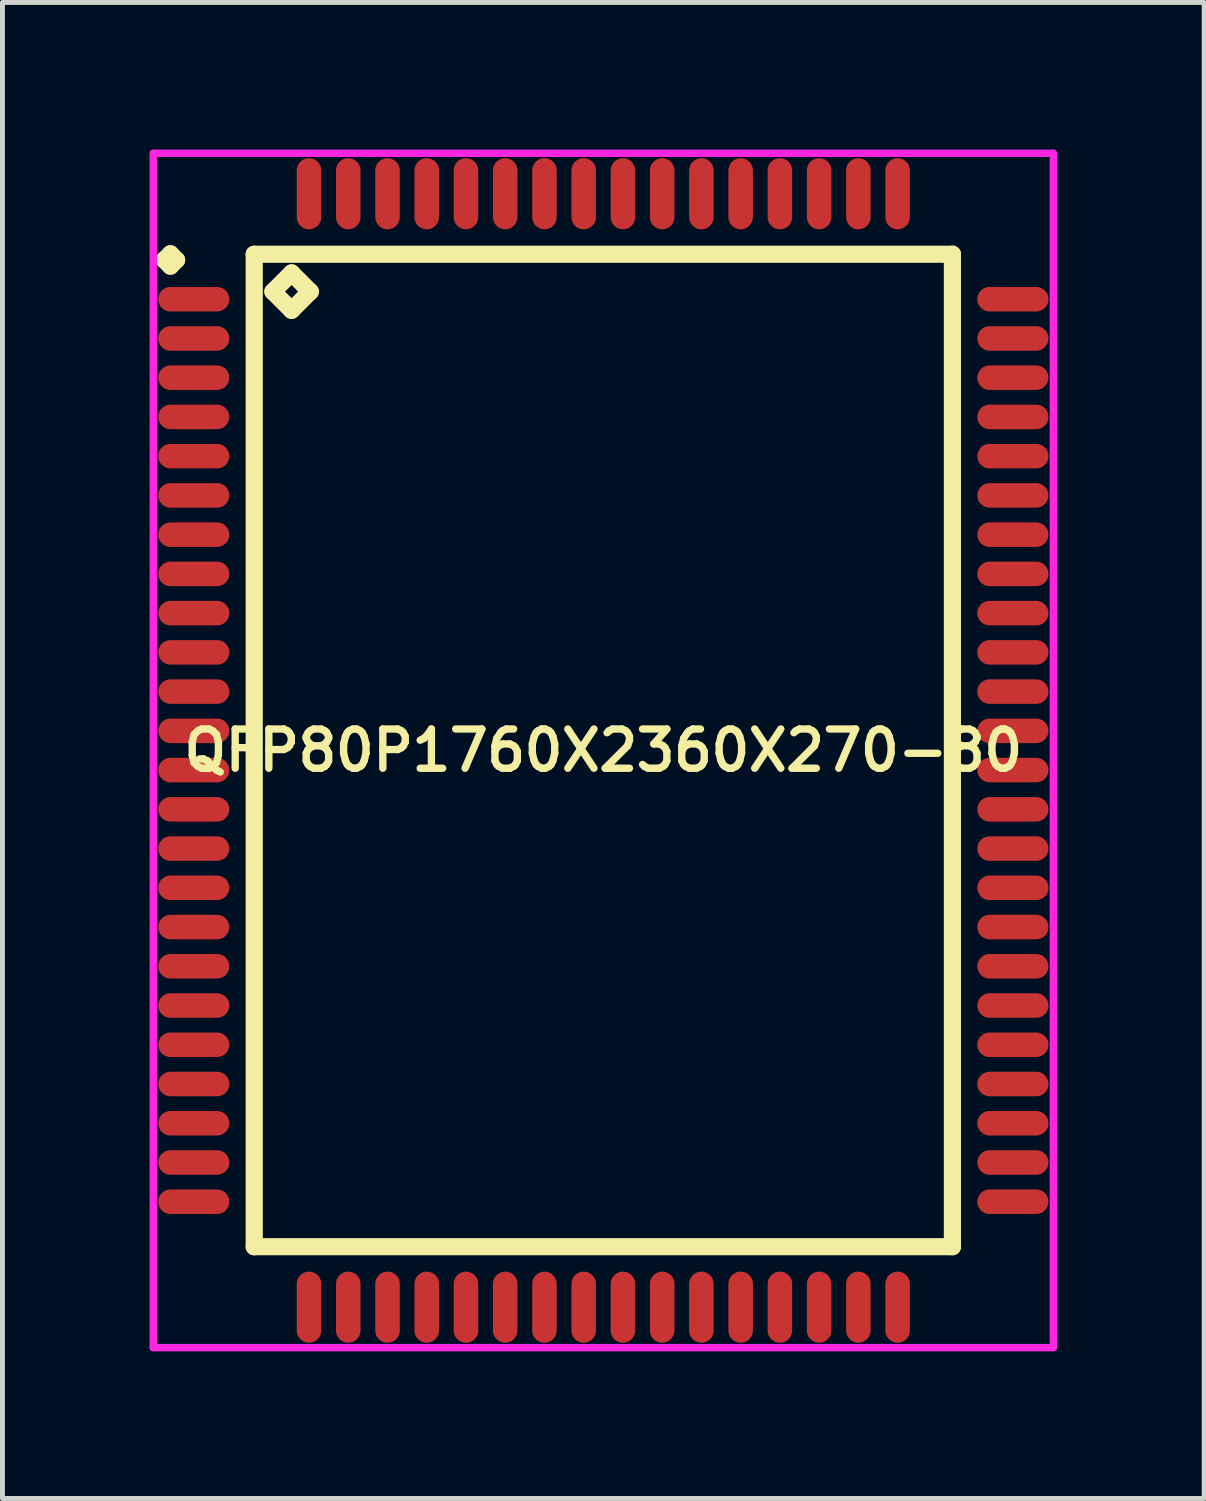
<source format=kicad_pcb>
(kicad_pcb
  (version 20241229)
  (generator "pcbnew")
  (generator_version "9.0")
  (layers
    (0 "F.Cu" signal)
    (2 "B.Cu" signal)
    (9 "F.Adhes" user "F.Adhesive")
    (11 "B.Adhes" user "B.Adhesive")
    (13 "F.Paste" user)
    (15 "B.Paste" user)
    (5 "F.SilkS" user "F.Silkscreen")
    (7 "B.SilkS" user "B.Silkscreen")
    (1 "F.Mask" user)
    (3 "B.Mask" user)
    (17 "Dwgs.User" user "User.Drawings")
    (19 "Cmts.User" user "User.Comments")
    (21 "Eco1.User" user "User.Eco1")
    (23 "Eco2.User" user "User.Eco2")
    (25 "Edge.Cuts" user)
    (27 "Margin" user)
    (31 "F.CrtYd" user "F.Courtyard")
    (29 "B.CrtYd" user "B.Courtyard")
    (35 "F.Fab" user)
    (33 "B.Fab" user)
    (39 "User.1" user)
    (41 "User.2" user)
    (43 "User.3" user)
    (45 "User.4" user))
  (footprint "QFP80P1760X2360X270-80"
    (layer "F.Cu")
    (at 9.25 12.25)
    (property "Reference" "QFP80P1760X2360X270-80" (at 0 0 0) (layer "F.SilkS") (effects (font (size 0.8 0.8) (thickness 0.15))))
    (attr smd)
    (fp_line (start -8.95 -10) (end -8.825 -10.125) (stroke (width 0.35) (type solid)) (layer "F.SilkS"))
    (fp_line (start -8.825 -10.125) (end -8.7 -10) (stroke (width 0.35) (type solid)) (layer "F.SilkS"))
    (fp_line (start -8.825 -9.875) (end -8.95 -10) (stroke (width 0.35) (type solid)) (layer "F.SilkS"))
    (fp_line (start -8.7 -10) (end -8.825 -9.875) (stroke (width 0.35) (type solid)) (layer "F.SilkS"))
    (fp_line (start -7.117 -10.117) (end -7.117 10.117) (stroke (width 0.35) (type solid)) (layer "F.SilkS"))
    (fp_line (start -7.117 10.117) (end 7.117 10.117) (stroke (width 0.35) (type solid)) (layer "F.SilkS"))
    (fp_line (start -6.736 -9.355) (end -6.355 -9.736) (stroke (width 0.35) (type solid)) (layer "F.SilkS"))
    (fp_line (start -6.355 -9.736) (end -5.974 -9.355) (stroke (width 0.35) (type solid)) (layer "F.SilkS"))
    (fp_line (start -6.355 -8.974) (end -6.736 -9.355) (stroke (width 0.35) (type solid)) (layer "F.SilkS"))
    (fp_line (start -5.974 -9.355) (end -6.355 -8.974) (stroke (width 0.35) (type solid)) (layer "F.SilkS"))
    (fp_line (start 7.117 -10.117) (end -7.117 -10.117) (stroke (width 0.35) (type solid)) (layer "F.SilkS"))
    (fp_line (start 7.117 10.117) (end 7.117 -10.117) (stroke (width 0.35) (type solid)) (layer "F.SilkS"))
    (fp_line (start -9.175 -12.175) (end 9.175 -12.175) (stroke (width 0.15) (type solid)) (layer "F.CrtYd"))
    (fp_line (start -9.175 12.175) (end -9.175 -12.175) (stroke (width 0.15) (type solid)) (layer "F.CrtYd"))
    (fp_line (start 9.175 -12.175) (end 9.175 12.175) (stroke (width 0.15) (type solid)) (layer "F.CrtYd"))
    (fp_line (start 9.175 12.175) (end -9.175 12.175) (stroke (width 0.15) (type solid)) (layer "F.CrtYd"))
    (pad "1" smd oval (at -8.35 -9.2) (size 1.45 0.5) (layers "F.Cu" "F.Mask" "F.Paste"))
    (pad "2" smd oval (at -8.35 -8.4) (size 1.45 0.5) (layers "F.Cu" "F.Mask" "F.Paste"))
    (pad "3" smd oval (at -8.35 -7.6) (size 1.45 0.5) (layers "F.Cu" "F.Mask" "F.Paste"))
    (pad "4" smd oval (at -8.35 -6.8) (size 1.45 0.5) (layers "F.Cu" "F.Mask" "F.Paste"))
    (pad "5" smd oval (at -8.35 -6) (size 1.45 0.5) (layers "F.Cu" "F.Mask" "F.Paste"))
    (pad "6" smd oval (at -8.35 -5.2) (size 1.45 0.5) (layers "F.Cu" "F.Mask" "F.Paste"))
    (pad "7" smd oval (at -8.35 -4.4) (size 1.45 0.5) (layers "F.Cu" "F.Mask" "F.Paste"))
    (pad "8" smd oval (at -8.35 -3.6) (size 1.45 0.5) (layers "F.Cu" "F.Mask" "F.Paste"))
    (pad "9" smd oval (at -8.35 -2.8) (size 1.45 0.5) (layers "F.Cu" "F.Mask" "F.Paste"))
    (pad "10" smd oval (at -8.35 -2) (size 1.45 0.5) (layers "F.Cu" "F.Mask" "F.Paste"))
    (pad "11" smd oval (at -8.35 -1.2) (size 1.45 0.5) (layers "F.Cu" "F.Mask" "F.Paste"))
    (pad "12" smd oval (at -8.35 -0.4) (size 1.45 0.5) (layers "F.Cu" "F.Mask" "F.Paste"))
    (pad "13" smd oval (at -8.35 0.4) (size 1.45 0.5) (layers "F.Cu" "F.Mask" "F.Paste"))
    (pad "14" smd oval (at -8.35 1.2) (size 1.45 0.5) (layers "F.Cu" "F.Mask" "F.Paste"))
    (pad "15" smd oval (at -8.35 2) (size 1.45 0.5) (layers "F.Cu" "F.Mask" "F.Paste"))
    (pad "16" smd oval (at -8.35 2.8) (size 1.45 0.5) (layers "F.Cu" "F.Mask" "F.Paste"))
    (pad "17" smd oval (at -8.35 3.6) (size 1.45 0.5) (layers "F.Cu" "F.Mask" "F.Paste"))
    (pad "18" smd oval (at -8.35 4.4) (size 1.45 0.5) (layers "F.Cu" "F.Mask" "F.Paste"))
    (pad "19" smd oval (at -8.35 5.2) (size 1.45 0.5) (layers "F.Cu" "F.Mask" "F.Paste"))
    (pad "20" smd oval (at -8.35 6) (size 1.45 0.5) (layers "F.Cu" "F.Mask" "F.Paste"))
    (pad "21" smd oval (at -8.35 6.8) (size 1.45 0.5) (layers "F.Cu" "F.Mask" "F.Paste"))
    (pad "22" smd oval (at -8.35 7.6) (size 1.45 0.5) (layers "F.Cu" "F.Mask" "F.Paste"))
    (pad "23" smd oval (at -8.35 8.4) (size 1.45 0.5) (layers "F.Cu" "F.Mask" "F.Paste"))
    (pad "24" smd oval (at -8.35 9.2) (size 1.45 0.5) (layers "F.Cu" "F.Mask" "F.Paste"))
    (pad "25" smd oval (at -6 11.35) (size 0.5 1.45) (layers "F.Cu" "F.Mask" "F.Paste"))
    (pad "26" smd oval (at -5.2 11.35) (size 0.5 1.45) (layers "F.Cu" "F.Mask" "F.Paste"))
    (pad "27" smd oval (at -4.4 11.35) (size 0.5 1.45) (layers "F.Cu" "F.Mask" "F.Paste"))
    (pad "28" smd oval (at -3.6 11.35) (size 0.5 1.45) (layers "F.Cu" "F.Mask" "F.Paste"))
    (pad "29" smd oval (at -2.8 11.35) (size 0.5 1.45) (layers "F.Cu" "F.Mask" "F.Paste"))
    (pad "30" smd oval (at -2 11.35) (size 0.5 1.45) (layers "F.Cu" "F.Mask" "F.Paste"))
    (pad "31" smd oval (at -1.2 11.35) (size 0.5 1.45) (layers "F.Cu" "F.Mask" "F.Paste"))
    (pad "32" smd oval (at -0.4 11.35) (size 0.5 1.45) (layers "F.Cu" "F.Mask" "F.Paste"))
    (pad "33" smd oval (at 0.4 11.35) (size 0.5 1.45) (layers "F.Cu" "F.Mask" "F.Paste"))
    (pad "34" smd oval (at 1.2 11.35) (size 0.5 1.45) (layers "F.Cu" "F.Mask" "F.Paste"))
    (pad "35" smd oval (at 2 11.35) (size 0.5 1.45) (layers "F.Cu" "F.Mask" "F.Paste"))
    (pad "36" smd oval (at 2.8 11.35) (size 0.5 1.45) (layers "F.Cu" "F.Mask" "F.Paste"))
    (pad "37" smd oval (at 3.6 11.35) (size 0.5 1.45) (layers "F.Cu" "F.Mask" "F.Paste"))
    (pad "38" smd oval (at 4.4 11.35) (size 0.5 1.45) (layers "F.Cu" "F.Mask" "F.Paste"))
    (pad "39" smd oval (at 5.2 11.35) (size 0.5 1.45) (layers "F.Cu" "F.Mask" "F.Paste"))
    (pad "40" smd oval (at 6 11.35) (size 0.5 1.45) (layers "F.Cu" "F.Mask" "F.Paste"))
    (pad "41" smd oval (at 8.35 9.2) (size 1.45 0.5) (layers "F.Cu" "F.Mask" "F.Paste"))
    (pad "42" smd oval (at 8.35 8.4) (size 1.45 0.5) (layers "F.Cu" "F.Mask" "F.Paste"))
    (pad "43" smd oval (at 8.35 7.6) (size 1.45 0.5) (layers "F.Cu" "F.Mask" "F.Paste"))
    (pad "44" smd oval (at 8.35 6.8) (size 1.45 0.5) (layers "F.Cu" "F.Mask" "F.Paste"))
    (pad "45" smd oval (at 8.35 6) (size 1.45 0.5) (layers "F.Cu" "F.Mask" "F.Paste"))
    (pad "46" smd oval (at 8.35 5.2) (size 1.45 0.5) (layers "F.Cu" "F.Mask" "F.Paste"))
    (pad "47" smd oval (at 8.35 4.4) (size 1.45 0.5) (layers "F.Cu" "F.Mask" "F.Paste"))
    (pad "48" smd oval (at 8.35 3.6) (size 1.45 0.5) (layers "F.Cu" "F.Mask" "F.Paste"))
    (pad "49" smd oval (at 8.35 2.8) (size 1.45 0.5) (layers "F.Cu" "F.Mask" "F.Paste"))
    (pad "50" smd oval (at 8.35 2) (size 1.45 0.5) (layers "F.Cu" "F.Mask" "F.Paste"))
    (pad "51" smd oval (at 8.35 1.2) (size 1.45 0.5) (layers "F.Cu" "F.Mask" "F.Paste"))
    (pad "52" smd oval (at 8.35 0.4) (size 1.45 0.5) (layers "F.Cu" "F.Mask" "F.Paste"))
    (pad "53" smd oval (at 8.35 -0.4) (size 1.45 0.5) (layers "F.Cu" "F.Mask" "F.Paste"))
    (pad "54" smd oval (at 8.35 -1.2) (size 1.45 0.5) (layers "F.Cu" "F.Mask" "F.Paste"))
    (pad "55" smd oval (at 8.35 -2) (size 1.45 0.5) (layers "F.Cu" "F.Mask" "F.Paste"))
    (pad "56" smd oval (at 8.35 -2.8) (size 1.45 0.5) (layers "F.Cu" "F.Mask" "F.Paste"))
    (pad "57" smd oval (at 8.35 -3.6) (size 1.45 0.5) (layers "F.Cu" "F.Mask" "F.Paste"))
    (pad "58" smd oval (at 8.35 -4.4) (size 1.45 0.5) (layers "F.Cu" "F.Mask" "F.Paste"))
    (pad "59" smd oval (at 8.35 -5.2) (size 1.45 0.5) (layers "F.Cu" "F.Mask" "F.Paste"))
    (pad "60" smd oval (at 8.35 -6) (size 1.45 0.5) (layers "F.Cu" "F.Mask" "F.Paste"))
    (pad "61" smd oval (at 8.35 -6.8) (size 1.45 0.5) (layers "F.Cu" "F.Mask" "F.Paste"))
    (pad "62" smd oval (at 8.35 -7.6) (size 1.45 0.5) (layers "F.Cu" "F.Mask" "F.Paste"))
    (pad "63" smd oval (at 8.35 -8.4) (size 1.45 0.5) (layers "F.Cu" "F.Mask" "F.Paste"))
    (pad "64" smd oval (at 8.35 -9.2) (size 1.45 0.5) (layers "F.Cu" "F.Mask" "F.Paste"))
    (pad "65" smd oval (at 6 -11.35) (size 0.5 1.45) (layers "F.Cu" "F.Mask" "F.Paste"))
    (pad "66" smd oval (at 5.2 -11.35) (size 0.5 1.45) (layers "F.Cu" "F.Mask" "F.Paste"))
    (pad "67" smd oval (at 4.4 -11.35) (size 0.5 1.45) (layers "F.Cu" "F.Mask" "F.Paste"))
    (pad "68" smd oval (at 3.6 -11.35) (size 0.5 1.45) (layers "F.Cu" "F.Mask" "F.Paste"))
    (pad "69" smd oval (at 2.8 -11.35) (size 0.5 1.45) (layers "F.Cu" "F.Mask" "F.Paste"))
    (pad "70" smd oval (at 2 -11.35) (size 0.5 1.45) (layers "F.Cu" "F.Mask" "F.Paste"))
    (pad "71" smd oval (at 1.2 -11.35) (size 0.5 1.45) (layers "F.Cu" "F.Mask" "F.Paste"))
    (pad "72" smd oval (at 0.4 -11.35) (size 0.5 1.45) (layers "F.Cu" "F.Mask" "F.Paste"))
    (pad "73" smd oval (at -0.4 -11.35) (size 0.5 1.45) (layers "F.Cu" "F.Mask" "F.Paste"))
    (pad "74" smd oval (at -1.2 -11.35) (size 0.5 1.45) (layers "F.Cu" "F.Mask" "F.Paste"))
    (pad "75" smd oval (at -2 -11.35) (size 0.5 1.45) (layers "F.Cu" "F.Mask" "F.Paste"))
    (pad "76" smd oval (at -2.8 -11.35) (size 0.5 1.45) (layers "F.Cu" "F.Mask" "F.Paste"))
    (pad "77" smd oval (at -3.6 -11.35) (size 0.5 1.45) (layers "F.Cu" "F.Mask" "F.Paste"))
    (pad "78" smd oval (at -4.4 -11.35) (size 0.5 1.45) (layers "F.Cu" "F.Mask" "F.Paste"))
    (pad "79" smd oval (at -5.2 -11.35) (size 0.5 1.45) (layers "F.Cu" "F.Mask" "F.Paste"))
    (pad "80" smd oval (at -6 -11.35) (size 0.5 1.45) (layers "F.Cu" "F.Mask" "F.Paste")))
  (gr_rect
    (start -3 -3)
    (end 21.5 27.5)
    (stroke (width 0.1) (type default))
    (fill no)
    (layer "Edge.Cuts")))
</source>
